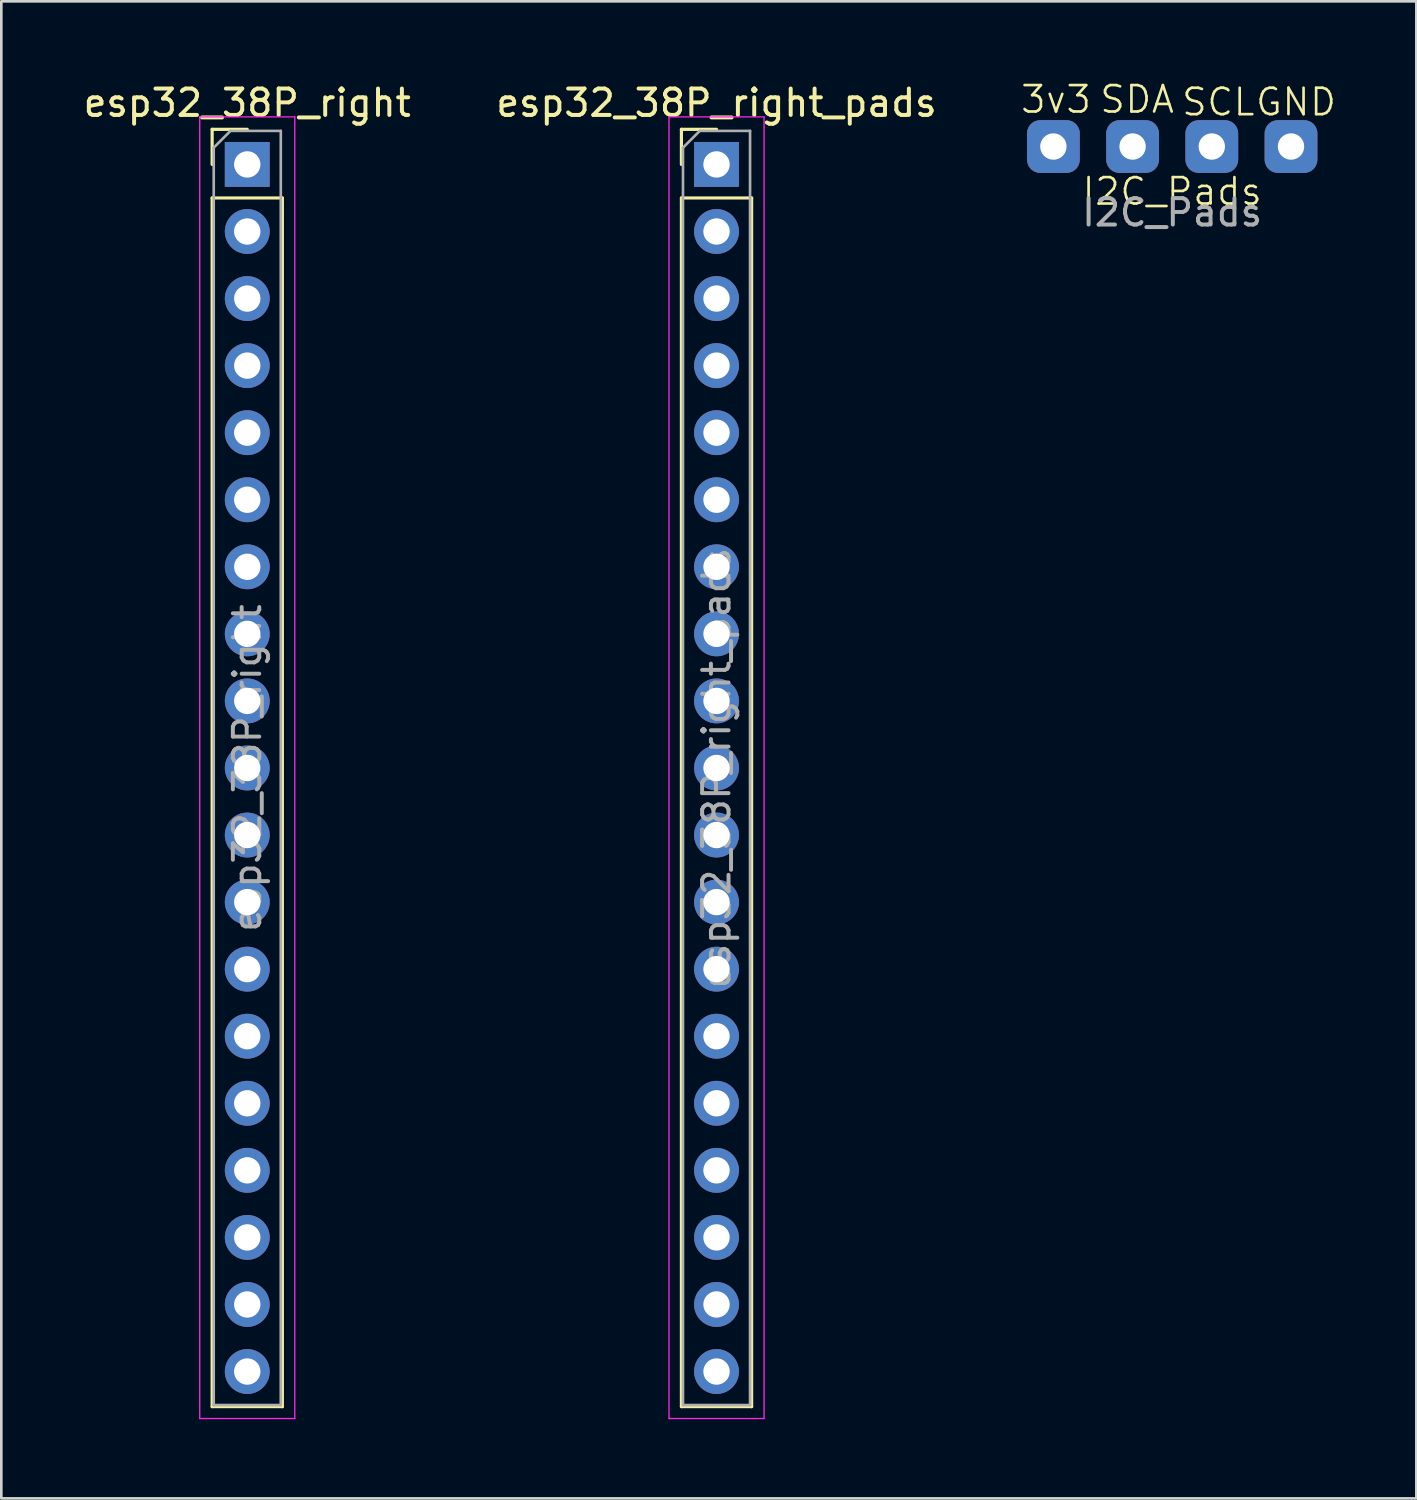
<source format=kicad_pcb>
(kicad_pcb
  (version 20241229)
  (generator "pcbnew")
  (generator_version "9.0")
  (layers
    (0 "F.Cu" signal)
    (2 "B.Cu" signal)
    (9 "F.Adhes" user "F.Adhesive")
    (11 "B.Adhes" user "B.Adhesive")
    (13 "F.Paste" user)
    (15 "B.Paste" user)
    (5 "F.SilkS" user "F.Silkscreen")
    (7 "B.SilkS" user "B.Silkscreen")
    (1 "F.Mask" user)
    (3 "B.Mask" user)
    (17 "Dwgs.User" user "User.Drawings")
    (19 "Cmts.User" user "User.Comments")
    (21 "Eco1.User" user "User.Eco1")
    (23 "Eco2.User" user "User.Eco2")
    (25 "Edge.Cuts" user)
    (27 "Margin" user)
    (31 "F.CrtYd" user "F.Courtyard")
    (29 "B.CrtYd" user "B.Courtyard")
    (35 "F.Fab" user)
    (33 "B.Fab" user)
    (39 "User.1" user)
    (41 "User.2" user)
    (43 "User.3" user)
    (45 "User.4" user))
  (footprint "I2C_Pads"
    (layer "F.Cu")
    (at 41.348 2.5)
    (property "Reference" "I2C_Pads" (at 0 1.7 0) (unlocked yes) (layer "F.SilkS") (effects (font (size 1 1) (thickness 0.1))))
    (attr smd)
    (fp_text user "SDA" (at -2.8 -1.2 0) (unlocked yes) (layer "F.SilkS") (effects (font (size 1 1) (thickness 0.1)) (justify left bottom)))
    (fp_text user "3v3" (at -5.8 -1.2 0) (unlocked yes) (layer "F.SilkS") (effects (font (size 1 1) (thickness 0.1)) (justify left bottom)))
    (fp_text user "GND" (at 3.1 -1.1 0) (unlocked yes) (layer "F.SilkS") (effects (font (size 1 1) (thickness 0.1)) (justify left bottom)))
    (fp_text user "SCL" (at 0.3 -1.1 0) (unlocked yes) (layer "F.SilkS") (effects (font (size 1 1) (thickness 0.1)) (justify left bottom)))
    (fp_text user "${REFERENCE}" (at 0 2.5 0) (unlocked yes) (layer "F.Fab") (effects (font (size 1 1) (thickness 0.15))))
    (pad "1" thru_hole roundrect (at -4.5 0) (size 2 2) (drill 1) (layers "*.Cu" "*.Mask") (roundrect_rratio 0.25))
    (pad "2" thru_hole roundrect (at -1.5 0) (size 2 2) (drill 1) (layers "*.Cu" "*.Mask") (roundrect_rratio 0.25))
    (pad "3" thru_hole roundrect (at 1.5 0) (size 2 2) (drill 1) (layers "*.Cu" "*.Mask") (roundrect_rratio 0.25))
    (pad "4" thru_hole roundrect (at 4.5 0) (size 2 2) (drill 1) (layers "*.Cu" "*.Mask") (roundrect_rratio 0.25)))
  (footprint "esp32_38P_right_pads"
    (layer "F.Cu")
    (at 24.089 26.038)
    (property "Reference" "esp32_38P_right_pads" (at 0 -25.19 0) (layer "F.SilkS") (effects (font (size 1 1) (thickness 0.15))))
    (attr through_hole)
    (fp_line (start -1.33 -24.19) (end 0 -24.19) (stroke (width 0.12) (type solid)) (layer "F.SilkS"))
    (fp_line (start -1.33 -22.86) (end -1.33 -24.19) (stroke (width 0.12) (type solid)) (layer "F.SilkS"))
    (fp_line (start -1.33 -21.59) (end -1.33 24.19) (stroke (width 0.12) (type solid)) (layer "F.SilkS"))
    (fp_line (start -1.33 -21.59) (end 1.33 -21.59) (stroke (width 0.12) (type solid)) (layer "F.SilkS"))
    (fp_line (start -1.33 24.19) (end 1.33 24.19) (stroke (width 0.12) (type solid)) (layer "F.SilkS"))
    (fp_line (start 1.33 -21.59) (end 1.33 24.19) (stroke (width 0.12) (type solid)) (layer "F.SilkS"))
    (fp_line (start -1.8 -24.66) (end -1.8 24.64) (stroke (width 0.05) (type solid)) (layer "F.CrtYd"))
    (fp_line (start -1.8 24.64) (end 1.8 24.64) (stroke (width 0.05) (type solid)) (layer "F.CrtYd"))
    (fp_line (start 1.8 -24.66) (end -1.8 -24.66) (stroke (width 0.05) (type solid)) (layer "F.CrtYd"))
    (fp_line (start 1.8 24.64) (end 1.8 -24.66) (stroke (width 0.05) (type solid)) (layer "F.CrtYd"))
    (fp_line (start -1.27 -23.495) (end -0.635 -24.13) (stroke (width 0.1) (type solid)) (layer "F.Fab"))
    (fp_line (start -1.27 24.13) (end -1.27 -23.495) (stroke (width 0.1) (type solid)) (layer "F.Fab"))
    (fp_line (start -0.635 -24.13) (end 1.27 -24.13) (stroke (width 0.1) (type solid)) (layer "F.Fab"))
    (fp_line (start 1.27 -24.13) (end 1.27 24.13) (stroke (width 0.1) (type solid)) (layer "F.Fab"))
    (fp_line (start 1.27 24.13) (end -1.27 24.13) (stroke (width 0.1) (type solid)) (layer "F.Fab"))
    (fp_text user "${REFERENCE}" (at 0 0 90) (layer "F.Fab") (effects (font (size 1 1) (thickness 0.15))))
    (pad "20" thru_hole oval (at 0 22.86) (size 1.7 1.7) (drill 1) (layers "*.Cu" "*.Mask"))
    (pad "21" thru_hole oval (at 0 20.32) (size 1.7 1.7) (drill 1) (layers "*.Cu" "*.Mask"))
    (pad "22" thru_hole oval (at 0 17.78) (size 1.7 1.7) (drill 1) (layers "*.Cu" "*.Mask"))
    (pad "23" thru_hole oval (at 0 15.24) (size 1.7 1.7) (drill 1) (layers "*.Cu" "*.Mask"))
    (pad "24" thru_hole oval (at 0 12.7) (size 1.7 1.7) (drill 1) (layers "*.Cu" "*.Mask"))
    (pad "25" thru_hole oval (at 0 10.16) (size 1.7 1.7) (drill 1) (layers "*.Cu" "*.Mask"))
    (pad "26" thru_hole oval (at 0 7.62) (size 1.7 1.7) (drill 1) (layers "*.Cu" "*.Mask"))
    (pad "27" thru_hole oval (at 0 5.08) (size 1.7 1.7) (drill 1) (layers "*.Cu" "*.Mask"))
    (pad "28" thru_hole oval (at 0 2.54) (size 1.7 1.7) (drill 1) (layers "*.Cu" "*.Mask"))
    (pad "29" thru_hole oval (at 0 0) (size 1.7 1.7) (drill 1) (layers "*.Cu" "*.Mask"))
    (pad "30" thru_hole oval (at 0 -2.54) (size 1.7 1.7) (drill 1) (layers "*.Cu" "*.Mask"))
    (pad "31" thru_hole oval (at 0 -5.08) (size 1.7 1.7) (drill 1) (layers "*.Cu" "*.Mask"))
    (pad "32" thru_hole oval (at 0 -7.62) (size 1.7 1.7) (drill 1) (layers "*.Cu" "*.Mask"))
    (pad "33" thru_hole oval (at 0 -10.16) (size 1.7 1.7) (drill 1) (layers "*.Cu" "*.Mask"))
    (pad "34" thru_hole oval (at 0 -12.7) (size 1.7 1.7) (drill 1) (layers "*.Cu" "*.Mask"))
    (pad "35" thru_hole oval (at 0 -15.24) (size 1.7 1.7) (drill 1) (layers "*.Cu" "*.Mask"))
    (pad "36" thru_hole oval (at 0 -17.78) (size 1.7 1.7) (drill 1) (layers "*.Cu" "*.Mask"))
    (pad "37" thru_hole oval (at 0 -20.32) (size 1.7 1.7) (drill 1) (layers "*.Cu" "*.Mask"))
    (pad "38" thru_hole rect (at 0 -22.86) (size 1.7 1.7) (drill 1) (layers "*.Cu" "*.Mask")))
  (footprint "esp32_38P_right"
    (layer "F.Cu")
    (at 6.315 26.038)
    (property "Reference" "esp32_38P_right" (at 0 -25.19 0) (layer "F.SilkS") (effects (font (size 1 1) (thickness 0.15))))
    (attr through_hole)
    (fp_line (start -1.33 -24.19) (end 0 -24.19) (stroke (width 0.12) (type solid)) (layer "F.SilkS"))
    (fp_line (start -1.33 -22.86) (end -1.33 -24.19) (stroke (width 0.12) (type solid)) (layer "F.SilkS"))
    (fp_line (start -1.33 -21.59) (end -1.33 24.19) (stroke (width 0.12) (type solid)) (layer "F.SilkS"))
    (fp_line (start -1.33 -21.59) (end 1.33 -21.59) (stroke (width 0.12) (type solid)) (layer "F.SilkS"))
    (fp_line (start -1.33 24.19) (end 1.33 24.19) (stroke (width 0.12) (type solid)) (layer "F.SilkS"))
    (fp_line (start 1.33 -21.59) (end 1.33 24.19) (stroke (width 0.12) (type solid)) (layer "F.SilkS"))
    (fp_line (start -1.8 -24.66) (end -1.8 24.64) (stroke (width 0.05) (type solid)) (layer "F.CrtYd"))
    (fp_line (start -1.8 24.64) (end 1.8 24.64) (stroke (width 0.05) (type solid)) (layer "F.CrtYd"))
    (fp_line (start 1.8 -24.66) (end -1.8 -24.66) (stroke (width 0.05) (type solid)) (layer "F.CrtYd"))
    (fp_line (start 1.8 24.64) (end 1.8 -24.66) (stroke (width 0.05) (type solid)) (layer "F.CrtYd"))
    (fp_line (start -1.27 -23.495) (end -0.635 -24.13) (stroke (width 0.1) (type solid)) (layer "F.Fab"))
    (fp_line (start -1.27 24.13) (end -1.27 -23.495) (stroke (width 0.1) (type solid)) (layer "F.Fab"))
    (fp_line (start -0.635 -24.13) (end 1.27 -24.13) (stroke (width 0.1) (type solid)) (layer "F.Fab"))
    (fp_line (start 1.27 -24.13) (end 1.27 24.13) (stroke (width 0.1) (type solid)) (layer "F.Fab"))
    (fp_line (start 1.27 24.13) (end -1.27 24.13) (stroke (width 0.1) (type solid)) (layer "F.Fab"))
    (fp_text user "${REFERENCE}" (at 0 0 90) (layer "F.Fab") (effects (font (size 1 1) (thickness 0.15))))
    (pad "20" thru_hole oval (at 0 22.86) (size 1.7 1.7) (drill 1) (layers "*.Cu" "*.Mask"))
    (pad "21" thru_hole oval (at 0 20.32) (size 1.7 1.7) (drill 1) (layers "*.Cu" "*.Mask"))
    (pad "22" thru_hole oval (at 0 17.78) (size 1.7 1.7) (drill 1) (layers "*.Cu" "*.Mask"))
    (pad "23" thru_hole oval (at 0 15.24) (size 1.7 1.7) (drill 1) (layers "*.Cu" "*.Mask"))
    (pad "24" thru_hole oval (at 0 12.7) (size 1.7 1.7) (drill 1) (layers "*.Cu" "*.Mask"))
    (pad "25" thru_hole oval (at 0 10.16) (size 1.7 1.7) (drill 1) (layers "*.Cu" "*.Mask"))
    (pad "26" thru_hole oval (at 0 7.62) (size 1.7 1.7) (drill 1) (layers "*.Cu" "*.Mask"))
    (pad "27" thru_hole oval (at 0 5.08) (size 1.7 1.7) (drill 1) (layers "*.Cu" "*.Mask"))
    (pad "28" thru_hole oval (at 0 2.54) (size 1.7 1.7) (drill 1) (layers "*.Cu" "*.Mask"))
    (pad "29" thru_hole oval (at 0 0) (size 1.7 1.7) (drill 1) (layers "*.Cu" "*.Mask"))
    (pad "30" thru_hole oval (at 0 -2.54) (size 1.7 1.7) (drill 1) (layers "*.Cu" "*.Mask"))
    (pad "31" thru_hole oval (at 0 -5.08) (size 1.7 1.7) (drill 1) (layers "*.Cu" "*.Mask"))
    (pad "32" thru_hole oval (at 0 -7.62) (size 1.7 1.7) (drill 1) (layers "*.Cu" "*.Mask"))
    (pad "33" thru_hole oval (at 0 -10.16) (size 1.7 1.7) (drill 1) (layers "*.Cu" "*.Mask"))
    (pad "34" thru_hole oval (at 0 -12.7) (size 1.7 1.7) (drill 1) (layers "*.Cu" "*.Mask"))
    (pad "35" thru_hole oval (at 0 -15.24) (size 1.7 1.7) (drill 1) (layers "*.Cu" "*.Mask"))
    (pad "36" thru_hole oval (at 0 -17.78) (size 1.7 1.7) (drill 1) (layers "*.Cu" "*.Mask"))
    (pad "37" thru_hole oval (at 0 -20.32) (size 1.7 1.7) (drill 1) (layers "*.Cu" "*.Mask"))
    (pad "38" thru_hole rect (at 0 -22.86) (size 1.7 1.7) (drill 1) (layers "*.Cu" "*.Mask")))
  (gr_rect
    (start -3 -3)
    (end 50.595 53.703)
    (stroke (width 0.1) (type default))
    (fill no)
    (layer "Edge.Cuts")))
</source>
